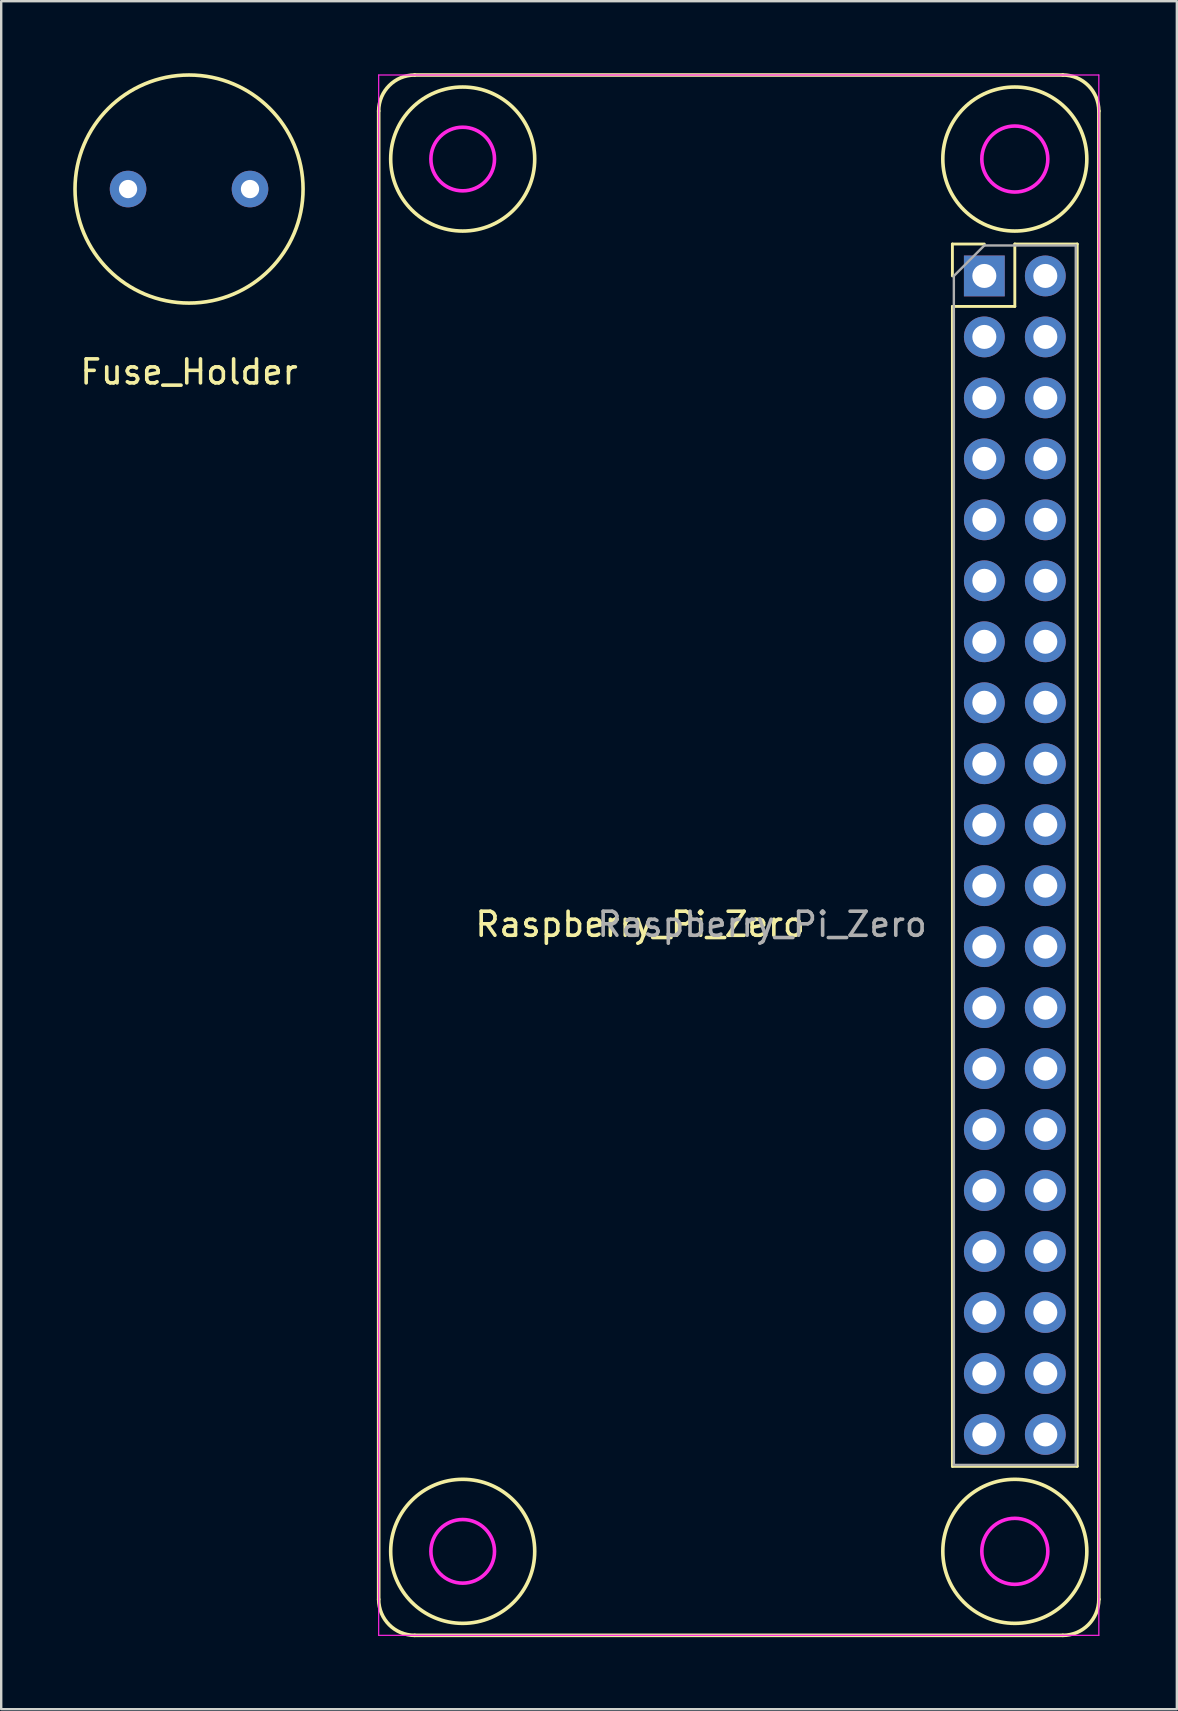
<source format=kicad_pcb>
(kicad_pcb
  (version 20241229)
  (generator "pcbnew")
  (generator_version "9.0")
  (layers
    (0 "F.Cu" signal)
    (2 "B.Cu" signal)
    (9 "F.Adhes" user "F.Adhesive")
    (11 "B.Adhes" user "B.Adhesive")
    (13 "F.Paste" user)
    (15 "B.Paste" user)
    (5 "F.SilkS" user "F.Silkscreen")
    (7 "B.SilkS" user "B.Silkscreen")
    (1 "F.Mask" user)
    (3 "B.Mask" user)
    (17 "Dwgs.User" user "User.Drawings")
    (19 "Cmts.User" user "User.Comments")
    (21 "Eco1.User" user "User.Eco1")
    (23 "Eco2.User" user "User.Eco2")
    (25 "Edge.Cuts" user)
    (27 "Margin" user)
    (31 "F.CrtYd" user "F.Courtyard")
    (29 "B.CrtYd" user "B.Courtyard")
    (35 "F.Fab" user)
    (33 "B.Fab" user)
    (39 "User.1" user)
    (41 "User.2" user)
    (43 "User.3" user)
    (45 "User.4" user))
  (footprint "Raspberry_Pi_Zero"
    (layer "F.Cu")
    (at 42.725 32.575)
    (property "Reference" "Raspberry_Pi_Zero" (at -19.11 2.88 0) (layer "F.SilkS") (effects (font (size 1 1) (thickness 0.15))))
    (attr through_hole)
    (fp_line (start -30 31) (end -30 -31) (stroke (width 0.15) (type solid)) (layer "F.SilkS"))
    (fp_line (start -28.5 -32.5) (end -1.5 -32.5) (stroke (width 0.15) (type solid)) (layer "F.SilkS"))
    (fp_line (start -6.1 -25.46) (end -4.77 -25.46) (stroke (width 0.12) (type solid)) (layer "F.SilkS"))
    (fp_line (start -6.1 -24.13) (end -6.1 -25.46) (stroke (width 0.12) (type solid)) (layer "F.SilkS"))
    (fp_line (start -6.1 -22.86) (end -6.1 25.46) (stroke (width 0.12) (type solid)) (layer "F.SilkS"))
    (fp_line (start -6.1 -22.86) (end -3.5 -22.86) (stroke (width 0.12) (type solid)) (layer "F.SilkS"))
    (fp_line (start -6.1 25.46) (end -0.9 25.46) (stroke (width 0.12) (type solid)) (layer "F.SilkS"))
    (fp_line (start -3.5 -25.46) (end -0.9 -25.46) (stroke (width 0.12) (type solid)) (layer "F.SilkS"))
    (fp_line (start -3.5 -22.86) (end -3.5 -25.46) (stroke (width 0.12) (type solid)) (layer "F.SilkS"))
    (fp_line (start -1.5 32.5) (end -28.5 32.5) (stroke (width 0.15) (type solid)) (layer "F.SilkS"))
    (fp_line (start -0.9 -25.46) (end -0.9 25.46) (stroke (width 0.12) (type solid)) (layer "F.SilkS"))
    (fp_line (start 0 -31) (end 0 31) (stroke (width 0.15) (type solid)) (layer "F.SilkS"))
    (fp_arc (start -30 -31) (mid -29.56066 -32.06066) (end -28.5 -32.5) (stroke (width 0.15) (type solid)) (layer "F.SilkS"))
    (fp_arc (start -28.5 32.5) (mid -29.56066 32.06066) (end -30 31) (stroke (width 0.15) (type solid)) (layer "F.SilkS"))
    (fp_arc (start -1.5 -32.5) (mid -0.43934 -32.06066) (end 0 -31) (stroke (width 0.15) (type solid)) (layer "F.SilkS"))
    (fp_arc (start 0 31) (mid -0.43934 32.06066) (end -1.5 32.5) (stroke (width 0.15) (type solid)) (layer "F.SilkS"))
    (fp_circle (center -26.5 -29) (end -29.5 -29) (stroke (width 0.15) (type solid)) (fill no) (layer "F.SilkS"))
    (fp_circle (center -26.5 29) (end -29.5 29) (stroke (width 0.15) (type solid)) (fill no) (layer "F.SilkS"))
    (fp_circle (center -3.5 -29) (end -0.5 -29) (stroke (width 0.15) (type solid)) (fill no) (layer "F.SilkS"))
    (fp_circle (center -3.5 29) (end -0.5 29) (stroke (width 0.15) (type solid)) (fill no) (layer "F.SilkS"))
    (fp_line (start -30 -32.5) (end -30 32.5) (stroke (width 0.05) (type solid)) (layer "F.CrtYd"))
    (fp_line (start -30 32.5) (end 0 32.5) (stroke (width 0.05) (type solid)) (layer "F.CrtYd"))
    (fp_line (start 0 -32.5) (end -30 -32.5) (stroke (width 0.05) (type solid)) (layer "F.CrtYd"))
    (fp_line (start 0 32.5) (end 0 -32.5) (stroke (width 0.05) (type solid)) (layer "F.CrtYd"))
    (fp_circle (center -26.5 -29) (end -25.175 -29) (stroke (width 0.15) (type solid)) (fill no) (layer "F.CrtYd"))
    (fp_circle (center -26.5 29) (end -25.175 29) (stroke (width 0.15) (type solid)) (fill no) (layer "F.CrtYd"))
    (fp_circle (center -3.5 -29) (end -2.125 -29) (stroke (width 0.15) (type solid)) (fill no) (layer "F.CrtYd"))
    (fp_circle (center -3.5 29) (end -2.125 29) (stroke (width 0.15) (type solid)) (fill no) (layer "F.CrtYd"))
    (fp_line (start -6.04 -24.13) (end -4.77 -25.4) (stroke (width 0.1) (type solid)) (layer "F.Fab"))
    (fp_line (start -6.04 25.4) (end -6.04 -24.13) (stroke (width 0.1) (type solid)) (layer "F.Fab"))
    (fp_line (start -4.77 -25.4) (end -0.96 -25.4) (stroke (width 0.1) (type solid)) (layer "F.Fab"))
    (fp_line (start -0.96 -25.4) (end -0.96 25.4) (stroke (width 0.1) (type solid)) (layer "F.Fab"))
    (fp_line (start -0.96 25.4) (end -6.04 25.4) (stroke (width 0.1) (type solid)) (layer "F.Fab"))
    (fp_text user "${REFERENCE}" (at -14.03 2.88 180) (layer "F.Fab") (effects (font (size 1 1) (thickness 0.15))))
    (pad "1" thru_hole rect (at -4.77 -24.13) (size 1.7 1.7) (drill 1) (layers "*.Cu" "*.Mask"))
    (pad "2" thru_hole oval (at -2.23 -24.13) (size 1.7 1.7) (drill 1) (layers "*.Cu" "*.Mask"))
    (pad "3" thru_hole oval (at -4.77 -21.59) (size 1.7 1.7) (drill 1) (layers "*.Cu" "*.Mask"))
    (pad "4" thru_hole oval (at -2.23 -21.59) (size 1.7 1.7) (drill 1) (layers "*.Cu" "*.Mask"))
    (pad "5" thru_hole oval (at -4.77 -19.05) (size 1.7 1.7) (drill 1) (layers "*.Cu" "*.Mask"))
    (pad "6" thru_hole oval (at -2.23 -19.05) (size 1.7 1.7) (drill 1) (layers "*.Cu" "*.Mask"))
    (pad "7" thru_hole oval (at -4.77 -16.51) (size 1.7 1.7) (drill 1) (layers "*.Cu" "*.Mask"))
    (pad "8" thru_hole oval (at -2.23 -16.51) (size 1.7 1.7) (drill 1) (layers "*.Cu" "*.Mask"))
    (pad "9" thru_hole oval (at -4.77 -13.97) (size 1.7 1.7) (drill 1) (layers "*.Cu" "*.Mask"))
    (pad "10" thru_hole oval (at -2.23 -13.97) (size 1.7 1.7) (drill 1) (layers "*.Cu" "*.Mask"))
    (pad "11" thru_hole oval (at -4.77 -11.43) (size 1.7 1.7) (drill 1) (layers "*.Cu" "*.Mask"))
    (pad "12" thru_hole oval (at -2.23 -11.43) (size 1.7 1.7) (drill 1) (layers "*.Cu" "*.Mask"))
    (pad "13" thru_hole oval (at -4.77 -8.89) (size 1.7 1.7) (drill 1) (layers "*.Cu" "*.Mask"))
    (pad "14" thru_hole oval (at -2.23 -8.89) (size 1.7 1.7) (drill 1) (layers "*.Cu" "*.Mask"))
    (pad "15" thru_hole oval (at -4.77 -6.35) (size 1.7 1.7) (drill 1) (layers "*.Cu" "*.Mask"))
    (pad "16" thru_hole oval (at -2.23 -6.35) (size 1.7 1.7) (drill 1) (layers "*.Cu" "*.Mask"))
    (pad "17" thru_hole oval (at -4.77 -3.81) (size 1.7 1.7) (drill 1) (layers "*.Cu" "*.Mask"))
    (pad "18" thru_hole oval (at -2.23 -3.81) (size 1.7 1.7) (drill 1) (layers "*.Cu" "*.Mask"))
    (pad "19" thru_hole oval (at -4.77 -1.27) (size 1.7 1.7) (drill 1) (layers "*.Cu" "*.Mask"))
    (pad "20" thru_hole oval (at -2.23 -1.27) (size 1.7 1.7) (drill 1) (layers "*.Cu" "*.Mask"))
    (pad "21" thru_hole oval (at -4.77 1.27) (size 1.7 1.7) (drill 1) (layers "*.Cu" "*.Mask"))
    (pad "22" thru_hole oval (at -2.23 1.27) (size 1.7 1.7) (drill 1) (layers "*.Cu" "*.Mask"))
    (pad "23" thru_hole oval (at -4.77 3.81) (size 1.7 1.7) (drill 1) (layers "*.Cu" "*.Mask"))
    (pad "24" thru_hole oval (at -2.23 3.81) (size 1.7 1.7) (drill 1) (layers "*.Cu" "*.Mask"))
    (pad "25" thru_hole oval (at -4.77 6.35) (size 1.7 1.7) (drill 1) (layers "*.Cu" "*.Mask"))
    (pad "26" thru_hole oval (at -2.23 6.35) (size 1.7 1.7) (drill 1) (layers "*.Cu" "*.Mask"))
    (pad "27" thru_hole oval (at -4.77 8.89) (size 1.7 1.7) (drill 1) (layers "*.Cu" "*.Mask"))
    (pad "28" thru_hole oval (at -2.23 8.89) (size 1.7 1.7) (drill 1) (layers "*.Cu" "*.Mask"))
    (pad "29" thru_hole oval (at -4.77 11.43) (size 1.7 1.7) (drill 1) (layers "*.Cu" "*.Mask"))
    (pad "30" thru_hole oval (at -2.23 11.43) (size 1.7 1.7) (drill 1) (layers "*.Cu" "*.Mask"))
    (pad "31" thru_hole oval (at -4.77 13.97) (size 1.7 1.7) (drill 1) (layers "*.Cu" "*.Mask"))
    (pad "32" thru_hole oval (at -2.23 13.97) (size 1.7 1.7) (drill 1) (layers "*.Cu" "*.Mask"))
    (pad "33" thru_hole oval (at -4.77 16.51) (size 1.7 1.7) (drill 1) (layers "*.Cu" "*.Mask"))
    (pad "34" thru_hole oval (at -2.23 16.51) (size 1.7 1.7) (drill 1) (layers "*.Cu" "*.Mask"))
    (pad "35" thru_hole oval (at -4.77 19.05) (size 1.7 1.7) (drill 1) (layers "*.Cu" "*.Mask"))
    (pad "36" thru_hole oval (at -2.23 19.05) (size 1.7 1.7) (drill 1) (layers "*.Cu" "*.Mask"))
    (pad "37" thru_hole oval (at -4.77 21.59) (size 1.7 1.7) (drill 1) (layers "*.Cu" "*.Mask"))
    (pad "38" thru_hole oval (at -2.23 21.59) (size 1.7 1.7) (drill 1) (layers "*.Cu" "*.Mask"))
    (pad "39" thru_hole oval (at -4.77 24.13) (size 1.7 1.7) (drill 1) (layers "*.Cu" "*.Mask"))
    (pad "40" thru_hole oval (at -2.23 24.13) (size 1.7 1.7) (drill 1) (layers "*.Cu" "*.Mask")))
  (footprint "Fuse_Holder"
    (layer "F.Cu")
    (at 4.825 4.825)
    (property "Reference" "Fuse_Holder" (at 0 7.62 0) (layer "F.SilkS") (effects (font (size 1 1) (thickness 0.15))))
    (attr through_hole)
    (fp_circle (center 0 0) (end 4.75 0) (stroke (width 0.15) (type solid)) (fill no) (layer "F.SilkS"))
    (pad "1" thru_hole circle (at -2.54 0) (size 1.524 1.524) (drill 0.762) (layers "*.Cu" "*.Mask"))
    (pad "2" thru_hole circle (at 2.54 0) (size 1.524 1.524) (drill 0.762) (layers "*.Cu" "*.Mask")))
  (gr_rect
    (start -3 -3)
    (end 45.975 68.15)
    (stroke (width 0.1) (type default))
    (fill no)
    (layer "Edge.Cuts")))
</source>
